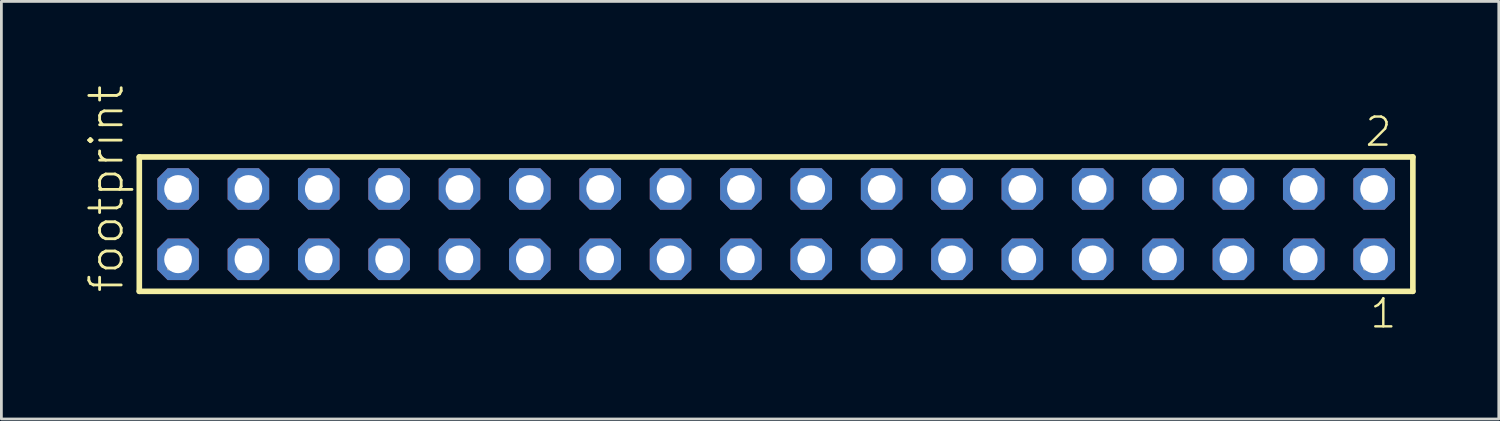
<source format=kicad_pcb>
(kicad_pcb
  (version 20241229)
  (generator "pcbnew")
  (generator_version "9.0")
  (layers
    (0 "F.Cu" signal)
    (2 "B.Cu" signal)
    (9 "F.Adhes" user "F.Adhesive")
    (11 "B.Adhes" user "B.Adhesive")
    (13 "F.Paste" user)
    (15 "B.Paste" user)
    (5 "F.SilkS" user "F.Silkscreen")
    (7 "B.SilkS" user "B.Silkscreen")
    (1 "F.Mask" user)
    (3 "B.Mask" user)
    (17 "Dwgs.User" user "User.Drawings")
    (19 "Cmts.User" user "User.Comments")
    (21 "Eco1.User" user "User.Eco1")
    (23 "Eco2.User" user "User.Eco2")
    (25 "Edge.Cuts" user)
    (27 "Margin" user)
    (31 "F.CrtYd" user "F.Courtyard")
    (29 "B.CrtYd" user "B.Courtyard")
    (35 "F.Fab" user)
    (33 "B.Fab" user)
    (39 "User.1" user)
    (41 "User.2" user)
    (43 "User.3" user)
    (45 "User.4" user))
  (footprint "footprint"
    (layer "F.Cu")
    (at 24.968 5.042)
    (property "Reference" "footprint" (at -23.495 2.54 90) (layer "F.SilkS") (effects (font (size 1.168 1.168) (thickness 0.102)) (justify left bottom)))
    (fp_line (start -22.989 -2.425) (end 22.989 -2.425) (stroke (width 0.203) (type solid)) (layer "F.SilkS"))
    (fp_line (start -22.989 2.425) (end -22.989 -2.425) (stroke (width 0.203) (type solid)) (layer "F.SilkS"))
    (fp_line (start 22.989 -2.425) (end 22.989 2.425) (stroke (width 0.203) (type solid)) (layer "F.SilkS"))
    (fp_line (start 22.989 2.425) (end -22.989 2.425) (stroke (width 0.203) (type solid)) (layer "F.SilkS"))
    (fp_poly (pts (xy -21.94 -0.92) (xy -21.24 -0.92) (xy -21.24 -1.62) (xy -21.94 -1.62)) (stroke (width 0.1) (type solid)) (fill no) (layer "F.Fab"))
    (fp_poly (pts (xy -21.94 1.62) (xy -21.24 1.62) (xy -21.24 0.92) (xy -21.94 0.92)) (stroke (width 0.1) (type solid)) (fill no) (layer "F.Fab"))
    (fp_poly (pts (xy -19.4 -0.92) (xy -18.7 -0.92) (xy -18.7 -1.62) (xy -19.4 -1.62)) (stroke (width 0.1) (type solid)) (fill no) (layer "F.Fab"))
    (fp_poly (pts (xy -19.4 1.62) (xy -18.7 1.62) (xy -18.7 0.92) (xy -19.4 0.92)) (stroke (width 0.1) (type solid)) (fill no) (layer "F.Fab"))
    (fp_poly (pts (xy -16.86 -0.92) (xy -16.16 -0.92) (xy -16.16 -1.62) (xy -16.86 -1.62)) (stroke (width 0.1) (type solid)) (fill no) (layer "F.Fab"))
    (fp_poly (pts (xy -16.86 1.62) (xy -16.16 1.62) (xy -16.16 0.92) (xy -16.86 0.92)) (stroke (width 0.1) (type solid)) (fill no) (layer "F.Fab"))
    (fp_poly (pts (xy -14.32 -0.92) (xy -13.62 -0.92) (xy -13.62 -1.62) (xy -14.32 -1.62)) (stroke (width 0.1) (type solid)) (fill no) (layer "F.Fab"))
    (fp_poly (pts (xy -14.32 1.62) (xy -13.62 1.62) (xy -13.62 0.92) (xy -14.32 0.92)) (stroke (width 0.1) (type solid)) (fill no) (layer "F.Fab"))
    (fp_poly (pts (xy -11.78 -0.92) (xy -11.08 -0.92) (xy -11.08 -1.62) (xy -11.78 -1.62)) (stroke (width 0.1) (type solid)) (fill no) (layer "F.Fab"))
    (fp_poly (pts (xy -11.78 1.62) (xy -11.08 1.62) (xy -11.08 0.92) (xy -11.78 0.92)) (stroke (width 0.1) (type solid)) (fill no) (layer "F.Fab"))
    (fp_poly (pts (xy -9.24 -0.92) (xy -8.54 -0.92) (xy -8.54 -1.62) (xy -9.24 -1.62)) (stroke (width 0.1) (type solid)) (fill no) (layer "F.Fab"))
    (fp_poly (pts (xy -9.24 1.62) (xy -8.54 1.62) (xy -8.54 0.92) (xy -9.24 0.92)) (stroke (width 0.1) (type solid)) (fill no) (layer "F.Fab"))
    (fp_poly (pts (xy -6.7 -0.92) (xy -6 -0.92) (xy -6 -1.62) (xy -6.7 -1.62)) (stroke (width 0.1) (type solid)) (fill no) (layer "F.Fab"))
    (fp_poly (pts (xy -6.7 1.62) (xy -6 1.62) (xy -6 0.92) (xy -6.7 0.92)) (stroke (width 0.1) (type solid)) (fill no) (layer "F.Fab"))
    (fp_poly (pts (xy -4.16 -0.92) (xy -3.46 -0.92) (xy -3.46 -1.62) (xy -4.16 -1.62)) (stroke (width 0.1) (type solid)) (fill no) (layer "F.Fab"))
    (fp_poly (pts (xy -4.16 1.62) (xy -3.46 1.62) (xy -3.46 0.92) (xy -4.16 0.92)) (stroke (width 0.1) (type solid)) (fill no) (layer "F.Fab"))
    (fp_poly (pts (xy -1.62 -0.92) (xy -0.92 -0.92) (xy -0.92 -1.62) (xy -1.62 -1.62)) (stroke (width 0.1) (type solid)) (fill no) (layer "F.Fab"))
    (fp_poly (pts (xy -1.62 1.62) (xy -0.92 1.62) (xy -0.92 0.92) (xy -1.62 0.92)) (stroke (width 0.1) (type solid)) (fill no) (layer "F.Fab"))
    (fp_poly (pts (xy 0.92 -0.92) (xy 1.62 -0.92) (xy 1.62 -1.62) (xy 0.92 -1.62)) (stroke (width 0.1) (type solid)) (fill no) (layer "F.Fab"))
    (fp_poly (pts (xy 0.92 1.62) (xy 1.62 1.62) (xy 1.62 0.92) (xy 0.92 0.92)) (stroke (width 0.1) (type solid)) (fill no) (layer "F.Fab"))
    (fp_poly (pts (xy 3.46 -0.92) (xy 4.16 -0.92) (xy 4.16 -1.62) (xy 3.46 -1.62)) (stroke (width 0.1) (type solid)) (fill no) (layer "F.Fab"))
    (fp_poly (pts (xy 3.46 1.62) (xy 4.16 1.62) (xy 4.16 0.92) (xy 3.46 0.92)) (stroke (width 0.1) (type solid)) (fill no) (layer "F.Fab"))
    (fp_poly (pts (xy 6 -0.92) (xy 6.7 -0.92) (xy 6.7 -1.62) (xy 6 -1.62)) (stroke (width 0.1) (type solid)) (fill no) (layer "F.Fab"))
    (fp_poly (pts (xy 6 1.62) (xy 6.7 1.62) (xy 6.7 0.92) (xy 6 0.92)) (stroke (width 0.1) (type solid)) (fill no) (layer "F.Fab"))
    (fp_poly (pts (xy 8.54 -0.92) (xy 9.24 -0.92) (xy 9.24 -1.62) (xy 8.54 -1.62)) (stroke (width 0.1) (type solid)) (fill no) (layer "F.Fab"))
    (fp_poly (pts (xy 8.54 1.62) (xy 9.24 1.62) (xy 9.24 0.92) (xy 8.54 0.92)) (stroke (width 0.1) (type solid)) (fill no) (layer "F.Fab"))
    (fp_poly (pts (xy 11.08 -0.92) (xy 11.78 -0.92) (xy 11.78 -1.62) (xy 11.08 -1.62)) (stroke (width 0.1) (type solid)) (fill no) (layer "F.Fab"))
    (fp_poly (pts (xy 11.08 1.62) (xy 11.78 1.62) (xy 11.78 0.92) (xy 11.08 0.92)) (stroke (width 0.1) (type solid)) (fill no) (layer "F.Fab"))
    (fp_poly (pts (xy 13.62 -0.92) (xy 14.32 -0.92) (xy 14.32 -1.62) (xy 13.62 -1.62)) (stroke (width 0.1) (type solid)) (fill no) (layer "F.Fab"))
    (fp_poly (pts (xy 13.62 1.62) (xy 14.32 1.62) (xy 14.32 0.92) (xy 13.62 0.92)) (stroke (width 0.1) (type solid)) (fill no) (layer "F.Fab"))
    (fp_poly (pts (xy 16.16 -0.92) (xy 16.86 -0.92) (xy 16.86 -1.62) (xy 16.16 -1.62)) (stroke (width 0.1) (type solid)) (fill no) (layer "F.Fab"))
    (fp_poly (pts (xy 16.16 1.62) (xy 16.86 1.62) (xy 16.86 0.92) (xy 16.16 0.92)) (stroke (width 0.1) (type solid)) (fill no) (layer "F.Fab"))
    (fp_poly (pts (xy 18.7 -0.92) (xy 19.4 -0.92) (xy 19.4 -1.62) (xy 18.7 -1.62)) (stroke (width 0.1) (type solid)) (fill no) (layer "F.Fab"))
    (fp_poly (pts (xy 18.7 1.62) (xy 19.4 1.62) (xy 19.4 0.92) (xy 18.7 0.92)) (stroke (width 0.1) (type solid)) (fill no) (layer "F.Fab"))
    (fp_poly (pts (xy 21.24 -0.92) (xy 21.94 -0.92) (xy 21.94 -1.62) (xy 21.24 -1.62)) (stroke (width 0.1) (type solid)) (fill no) (layer "F.Fab"))
    (fp_poly (pts (xy 21.24 1.62) (xy 21.94 1.62) (xy 21.94 0.92) (xy 21.24 0.92)) (stroke (width 0.1) (type solid)) (fill no) (layer "F.Fab"))
    (fp_text user "1" (at 21.382 3.818 0) (layer "F.SilkS") (effects (font (size 1.012 1.012) (thickness 0.088)) (justify left bottom)))
    (fp_text user "2" (at 21.207 -2.744 0) (layer "F.SilkS") (effects (font (size 1.012 1.012) (thickness 0.088)) (justify left bottom)))
    (pad "1" thru_hole roundrect (at 21.59 1.27 180) (size 1.5 1.5) (drill 1) (layers "*.Cu" "*.Mask") (roundrect_rratio 0.25) (chamfer_ratio 0.25) (chamfer top_left top_right bottom_left bottom_right))
    (pad "2" thru_hole roundrect (at 21.59 -1.27 180) (size 1.5 1.5) (drill 1) (layers "*.Cu" "*.Mask") (roundrect_rratio 0.25) (chamfer_ratio 0.25) (chamfer top_left top_right bottom_left bottom_right))
    (pad "3" thru_hole roundrect (at 19.05 1.27 180) (size 1.5 1.5) (drill 1) (layers "*.Cu" "*.Mask") (roundrect_rratio 0.25) (chamfer_ratio 0.25) (chamfer top_left top_right bottom_left bottom_right))
    (pad "4" thru_hole roundrect (at 19.05 -1.27 180) (size 1.5 1.5) (drill 1) (layers "*.Cu" "*.Mask") (roundrect_rratio 0.25) (chamfer_ratio 0.25) (chamfer top_left top_right bottom_left bottom_right))
    (pad "5" thru_hole roundrect (at 16.51 1.27 180) (size 1.5 1.5) (drill 1) (layers "*.Cu" "*.Mask") (roundrect_rratio 0.25) (chamfer_ratio 0.25) (chamfer top_left top_right bottom_left bottom_right))
    (pad "6" thru_hole roundrect (at 16.51 -1.27 180) (size 1.5 1.5) (drill 1) (layers "*.Cu" "*.Mask") (roundrect_rratio 0.25) (chamfer_ratio 0.25) (chamfer top_left top_right bottom_left bottom_right))
    (pad "7" thru_hole roundrect (at 13.97 1.27 180) (size 1.5 1.5) (drill 1) (layers "*.Cu" "*.Mask") (roundrect_rratio 0.25) (chamfer_ratio 0.25) (chamfer top_left top_right bottom_left bottom_right))
    (pad "8" thru_hole roundrect (at 13.97 -1.27 180) (size 1.5 1.5) (drill 1) (layers "*.Cu" "*.Mask") (roundrect_rratio 0.25) (chamfer_ratio 0.25) (chamfer top_left top_right bottom_left bottom_right))
    (pad "9" thru_hole roundrect (at 11.43 1.27 180) (size 1.5 1.5) (drill 1) (layers "*.Cu" "*.Mask") (roundrect_rratio 0.25) (chamfer_ratio 0.25) (chamfer top_left top_right bottom_left bottom_right))
    (pad "10" thru_hole roundrect (at 11.43 -1.27 180) (size 1.5 1.5) (drill 1) (layers "*.Cu" "*.Mask") (roundrect_rratio 0.25) (chamfer_ratio 0.25) (chamfer top_left top_right bottom_left bottom_right))
    (pad "11" thru_hole roundrect (at 8.89 1.27 180) (size 1.5 1.5) (drill 1) (layers "*.Cu" "*.Mask") (roundrect_rratio 0.25) (chamfer_ratio 0.25) (chamfer top_left top_right bottom_left bottom_right))
    (pad "12" thru_hole roundrect (at 8.89 -1.27 180) (size 1.5 1.5) (drill 1) (layers "*.Cu" "*.Mask") (roundrect_rratio 0.25) (chamfer_ratio 0.25) (chamfer top_left top_right bottom_left bottom_right))
    (pad "13" thru_hole roundrect (at 6.35 1.27 180) (size 1.5 1.5) (drill 1) (layers "*.Cu" "*.Mask") (roundrect_rratio 0.25) (chamfer_ratio 0.25) (chamfer top_left top_right bottom_left bottom_right))
    (pad "14" thru_hole roundrect (at 6.35 -1.27 180) (size 1.5 1.5) (drill 1) (layers "*.Cu" "*.Mask") (roundrect_rratio 0.25) (chamfer_ratio 0.25) (chamfer top_left top_right bottom_left bottom_right))
    (pad "15" thru_hole roundrect (at 3.81 1.27 180) (size 1.5 1.5) (drill 1) (layers "*.Cu" "*.Mask") (roundrect_rratio 0.25) (chamfer_ratio 0.25) (chamfer top_left top_right bottom_left bottom_right))
    (pad "16" thru_hole roundrect (at 3.81 -1.27 180) (size 1.5 1.5) (drill 1) (layers "*.Cu" "*.Mask") (roundrect_rratio 0.25) (chamfer_ratio 0.25) (chamfer top_left top_right bottom_left bottom_right))
    (pad "17" thru_hole roundrect (at 1.27 1.27 180) (size 1.5 1.5) (drill 1) (layers "*.Cu" "*.Mask") (roundrect_rratio 0.25) (chamfer_ratio 0.25) (chamfer top_left top_right bottom_left bottom_right))
    (pad "18" thru_hole roundrect (at 1.27 -1.27 180) (size 1.5 1.5) (drill 1) (layers "*.Cu" "*.Mask") (roundrect_rratio 0.25) (chamfer_ratio 0.25) (chamfer top_left top_right bottom_left bottom_right))
    (pad "19" thru_hole roundrect (at -1.27 1.27 180) (size 1.5 1.5) (drill 1) (layers "*.Cu" "*.Mask") (roundrect_rratio 0.25) (chamfer_ratio 0.25) (chamfer top_left top_right bottom_left bottom_right))
    (pad "20" thru_hole roundrect (at -1.27 -1.27 180) (size 1.5 1.5) (drill 1) (layers "*.Cu" "*.Mask") (roundrect_rratio 0.25) (chamfer_ratio 0.25) (chamfer top_left top_right bottom_left bottom_right))
    (pad "21" thru_hole roundrect (at -3.81 1.27 180) (size 1.5 1.5) (drill 1) (layers "*.Cu" "*.Mask") (roundrect_rratio 0.25) (chamfer_ratio 0.25) (chamfer top_left top_right bottom_left bottom_right))
    (pad "22" thru_hole roundrect (at -3.81 -1.27 180) (size 1.5 1.5) (drill 1) (layers "*.Cu" "*.Mask") (roundrect_rratio 0.25) (chamfer_ratio 0.25) (chamfer top_left top_right bottom_left bottom_right))
    (pad "23" thru_hole roundrect (at -6.35 1.27 180) (size 1.5 1.5) (drill 1) (layers "*.Cu" "*.Mask") (roundrect_rratio 0.25) (chamfer_ratio 0.25) (chamfer top_left top_right bottom_left bottom_right))
    (pad "24" thru_hole roundrect (at -6.35 -1.27 180) (size 1.5 1.5) (drill 1) (layers "*.Cu" "*.Mask") (roundrect_rratio 0.25) (chamfer_ratio 0.25) (chamfer top_left top_right bottom_left bottom_right))
    (pad "25" thru_hole roundrect (at -8.89 1.27 180) (size 1.5 1.5) (drill 1) (layers "*.Cu" "*.Mask") (roundrect_rratio 0.25) (chamfer_ratio 0.25) (chamfer top_left top_right bottom_left bottom_right))
    (pad "26" thru_hole roundrect (at -8.89 -1.27 180) (size 1.5 1.5) (drill 1) (layers "*.Cu" "*.Mask") (roundrect_rratio 0.25) (chamfer_ratio 0.25) (chamfer top_left top_right bottom_left bottom_right))
    (pad "27" thru_hole roundrect (at -11.43 1.27 180) (size 1.5 1.5) (drill 1) (layers "*.Cu" "*.Mask") (roundrect_rratio 0.25) (chamfer_ratio 0.25) (chamfer top_left top_right bottom_left bottom_right))
    (pad "28" thru_hole roundrect (at -11.43 -1.27 180) (size 1.5 1.5) (drill 1) (layers "*.Cu" "*.Mask") (roundrect_rratio 0.25) (chamfer_ratio 0.25) (chamfer top_left top_right bottom_left bottom_right))
    (pad "29" thru_hole roundrect (at -13.97 1.27 180) (size 1.5 1.5) (drill 1) (layers "*.Cu" "*.Mask") (roundrect_rratio 0.25) (chamfer_ratio 0.25) (chamfer top_left top_right bottom_left bottom_right))
    (pad "30" thru_hole roundrect (at -13.97 -1.27 180) (size 1.5 1.5) (drill 1) (layers "*.Cu" "*.Mask") (roundrect_rratio 0.25) (chamfer_ratio 0.25) (chamfer top_left top_right bottom_left bottom_right))
    (pad "31" thru_hole roundrect (at -16.51 1.27 180) (size 1.5 1.5) (drill 1) (layers "*.Cu" "*.Mask") (roundrect_rratio 0.25) (chamfer_ratio 0.25) (chamfer top_left top_right bottom_left bottom_right))
    (pad "32" thru_hole roundrect (at -16.51 -1.27 180) (size 1.5 1.5) (drill 1) (layers "*.Cu" "*.Mask") (roundrect_rratio 0.25) (chamfer_ratio 0.25) (chamfer top_left top_right bottom_left bottom_right))
    (pad "33" thru_hole roundrect (at -19.05 1.27 180) (size 1.5 1.5) (drill 1) (layers "*.Cu" "*.Mask") (roundrect_rratio 0.25) (chamfer_ratio 0.25) (chamfer top_left top_right bottom_left bottom_right))
    (pad "34" thru_hole roundrect (at -19.05 -1.27 180) (size 1.5 1.5) (drill 1) (layers "*.Cu" "*.Mask") (roundrect_rratio 0.25) (chamfer_ratio 0.25) (chamfer top_left top_right bottom_left bottom_right))
    (pad "35" thru_hole roundrect (at -21.59 1.27 180) (size 1.5 1.5) (drill 1) (layers "*.Cu" "*.Mask") (roundrect_rratio 0.25) (chamfer_ratio 0.25) (chamfer top_left top_right bottom_left bottom_right))
    (pad "36" thru_hole roundrect (at -21.59 -1.27 180) (size 1.5 1.5) (drill 1) (layers "*.Cu" "*.Mask") (roundrect_rratio 0.25) (chamfer_ratio 0.25) (chamfer top_left top_right bottom_left bottom_right)))
  (gr_rect
    (start -3 -3)
    (end 51.059 12.077)
    (stroke (width 0.1) (type default))
    (fill no)
    (layer "Edge.Cuts")))
</source>
